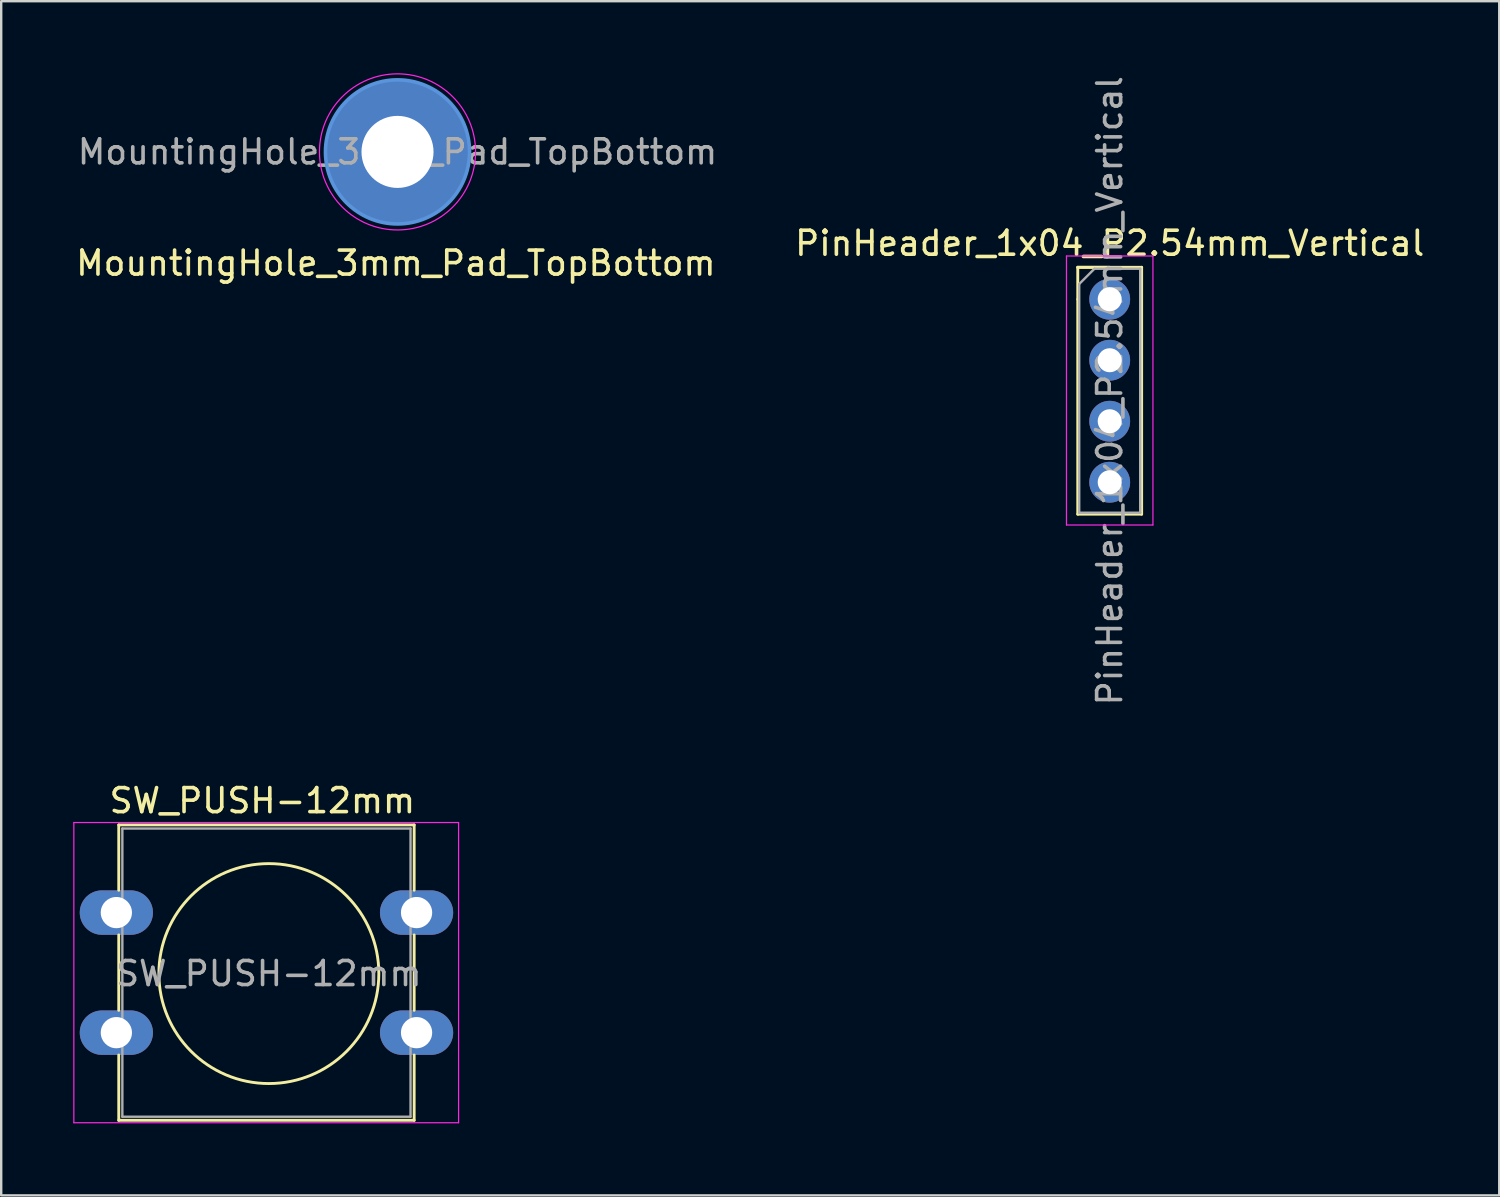
<source format=kicad_pcb>
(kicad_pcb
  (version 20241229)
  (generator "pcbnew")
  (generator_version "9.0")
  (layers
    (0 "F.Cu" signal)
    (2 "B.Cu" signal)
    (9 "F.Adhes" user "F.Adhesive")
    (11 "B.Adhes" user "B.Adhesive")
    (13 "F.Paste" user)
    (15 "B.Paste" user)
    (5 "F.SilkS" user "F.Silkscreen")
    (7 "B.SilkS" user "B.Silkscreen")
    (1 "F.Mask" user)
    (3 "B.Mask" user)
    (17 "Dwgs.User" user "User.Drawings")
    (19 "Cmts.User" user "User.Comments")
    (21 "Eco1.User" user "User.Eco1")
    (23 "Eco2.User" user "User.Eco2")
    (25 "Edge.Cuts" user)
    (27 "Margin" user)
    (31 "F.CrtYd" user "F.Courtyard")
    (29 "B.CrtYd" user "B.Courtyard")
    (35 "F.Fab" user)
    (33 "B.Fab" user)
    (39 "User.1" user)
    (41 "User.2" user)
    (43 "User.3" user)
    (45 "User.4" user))
  (footprint "PinHeader_1x04_P2.54mm_Vertical"
    (layer "F.Cu")
    (at 43.157 9.41)
    (property "Reference" "PinHeader_1x04_P2.54mm_Vertical" (at 0 -2.33 0) (layer "F.SilkS") (effects (font (size 1 1) (thickness 0.15))))
    (attr through_hole)
    (fp_line (start -1.33 -1.33) (end 0 -1.33) (stroke (width 0.12) (type solid)) (layer "F.SilkS"))
    (fp_line (start -1.33 -1.33) (end 1.33 -1.33) (stroke (width 0.12) (type solid)) (layer "F.SilkS"))
    (fp_line (start -1.33 0) (end -1.33 -1.33) (stroke (width 0.12) (type solid)) (layer "F.SilkS"))
    (fp_line (start -1.33 0) (end -1.33 8.95) (stroke (width 0.12) (type solid)) (layer "F.SilkS"))
    (fp_line (start -1.33 8.95) (end 1.33 8.95) (stroke (width 0.12) (type solid)) (layer "F.SilkS"))
    (fp_line (start 1.33 -1.33) (end 1.33 8.95) (stroke (width 0.12) (type solid)) (layer "F.SilkS"))
    (fp_line (start -1.8 -1.8) (end -1.8 9.4) (stroke (width 0.05) (type solid)) (layer "F.CrtYd"))
    (fp_line (start -1.8 9.4) (end 1.8 9.4) (stroke (width 0.05) (type solid)) (layer "F.CrtYd"))
    (fp_line (start 1.8 -1.8) (end -1.8 -1.8) (stroke (width 0.05) (type solid)) (layer "F.CrtYd"))
    (fp_line (start 1.8 9.4) (end 1.8 -1.8) (stroke (width 0.05) (type solid)) (layer "F.CrtYd"))
    (fp_line (start -1.27 -0.635) (end -0.635 -1.27) (stroke (width 0.1) (type solid)) (layer "F.Fab"))
    (fp_line (start -1.27 8.89) (end -1.27 -0.635) (stroke (width 0.1) (type solid)) (layer "F.Fab"))
    (fp_line (start -0.635 -1.27) (end 1.27 -1.27) (stroke (width 0.1) (type solid)) (layer "F.Fab"))
    (fp_line (start 1.27 -1.27) (end 1.27 8.89) (stroke (width 0.1) (type solid)) (layer "F.Fab"))
    (fp_line (start 1.27 8.89) (end -1.27 8.89) (stroke (width 0.1) (type solid)) (layer "F.Fab"))
    (fp_text user "${REFERENCE}" (at 0 3.81 90) (layer "F.Fab") (effects (font (size 1 1) (thickness 0.15))))
    (pad "1" thru_hole circle (at 0 0) (size 1.7 1.7) (drill 1) (layers "*.Cu" "*.Mask"))
    (pad "2" thru_hole oval (at 0 2.54) (size 1.7 1.7) (drill 1) (layers "*.Cu" "*.Mask"))
    (pad "3" thru_hole oval (at 0 5.08) (size 1.7 1.7) (drill 1) (layers "*.Cu" "*.Mask"))
    (pad "4" thru_hole oval (at 0 7.62) (size 1.7 1.7) (drill 1) (layers "*.Cu" "*.Mask")))
  (footprint "SW_PUSH-12mm"
    (layer "F.Cu")
    (at 1.795 34.949)
    (property "Reference" "SW_PUSH-12mm" (at 6.08 -4.66 0) (layer "F.SilkS") (effects (font (size 1 1) (thickness 0.15))))
    (attr through_hole)
    (fp_line (start 0.1 -3.65) (end 12.4 -3.65) (stroke (width 0.12) (type solid)) (layer "F.SilkS"))
    (fp_line (start 0.1 -0.93) (end 0.1 -3.65) (stroke (width 0.12) (type solid)) (layer "F.SilkS"))
    (fp_line (start 0.1 4.07) (end 0.1 0.93) (stroke (width 0.12) (type solid)) (layer "F.SilkS"))
    (fp_line (start 0.1 8.65) (end 0.1 5.93) (stroke (width 0.12) (type solid)) (layer "F.SilkS"))
    (fp_line (start 12.4 -3.65) (end 12.4 -0.93) (stroke (width 0.12) (type solid)) (layer "F.SilkS"))
    (fp_line (start 12.4 0.93) (end 12.4 4.07) (stroke (width 0.12) (type solid)) (layer "F.SilkS"))
    (fp_line (start 12.4 5.93) (end 12.4 8.65) (stroke (width 0.12) (type solid)) (layer "F.SilkS"))
    (fp_line (start 12.4 8.65) (end 0.1 8.65) (stroke (width 0.12) (type solid)) (layer "F.SilkS"))
    (fp_circle (center 6.35 2.54) (end 10.16 5.08) (stroke (width 0.12) (type solid)) (fill no) (layer "F.SilkS"))
    (fp_line (start -1.77 -3.75) (end -1.77 8.75) (stroke (width 0.05) (type solid)) (layer "F.CrtYd"))
    (fp_line (start -1.77 -3.75) (end 14.25 -3.75) (stroke (width 0.05) (type solid)) (layer "F.CrtYd"))
    (fp_line (start 14.25 8.75) (end -1.77 8.75) (stroke (width 0.05) (type solid)) (layer "F.CrtYd"))
    (fp_line (start 14.25 8.75) (end 14.25 -3.75) (stroke (width 0.05) (type solid)) (layer "F.CrtYd"))
    (fp_line (start 0.25 -3.5) (end 0.25 8.5) (stroke (width 0.1) (type solid)) (layer "F.Fab"))
    (fp_line (start 0.25 -3.5) (end 12.25 -3.5) (stroke (width 0.1) (type solid)) (layer "F.Fab"))
    (fp_line (start 0.25 8.5) (end 12.25 8.5) (stroke (width 0.1) (type solid)) (layer "F.Fab"))
    (fp_line (start 12.25 -3.5) (end 12.25 8.5) (stroke (width 0.1) (type solid)) (layer "F.Fab"))
    (fp_text user "${REFERENCE}" (at 6.35 2.54 0) (layer "F.Fab") (effects (font (size 1 1) (thickness 0.15))))
    (pad "1" thru_hole oval (at 0 0) (size 3.048 1.85) (drill 1.3) (layers "*.Cu" "*.Mask"))
    (pad "1" thru_hole oval (at 12.5 0) (size 3.048 1.85) (drill 1.3) (layers "*.Cu" "*.Mask"))
    (pad "2" thru_hole oval (at 0 5) (size 3.048 1.85) (drill 1.3) (layers "*.Cu" "*.Mask"))
    (pad "2" thru_hole oval (at 12.5 5) (size 3.048 1.85) (drill 1.3) (layers "*.Cu" "*.Mask")))
  (footprint "MountingHole_3mm_Pad_TopBottom"
    (layer "F.Cu")
    (at 13.502 3.275)
    (property "Reference" "MountingHole_3mm_Pad_TopBottom" (at -0.068 4.632 0) (layer "F.SilkS") (effects (font (size 1 1) (thickness 0.15))))
    (attr exclude_from_pos_files)
    (fp_circle (center 0 0) (end 3 0) (stroke (width 0.15) (type solid)) (fill no) (layer "Cmts.User"))
    (fp_circle (center 0 0) (end 3.25 0) (stroke (width 0.05) (type solid)) (fill no) (layer "F.CrtYd"))
    (fp_text user "${REFERENCE}" (at 0 0 0) (layer "F.Fab") (effects (font (size 1 1) (thickness 0.15))))
    (pad "1" thru_hole circle (at 0 0) (size 3.4 3.4) (drill 3) (layers "*.Cu" "*.Mask"))
    (pad "1" connect circle (at 0 0) (size 6 6) (layers "F.Cu" "F.Mask"))
    (pad "1" connect circle (at 0 0) (size 6 6) (layers "B.Cu" "B.Mask")))
  (gr_rect
    (start -3 -3)
    (end 59.377 46.724)
    (stroke (width 0.1) (type default))
    (fill no)
    (layer "Edge.Cuts")))
</source>
